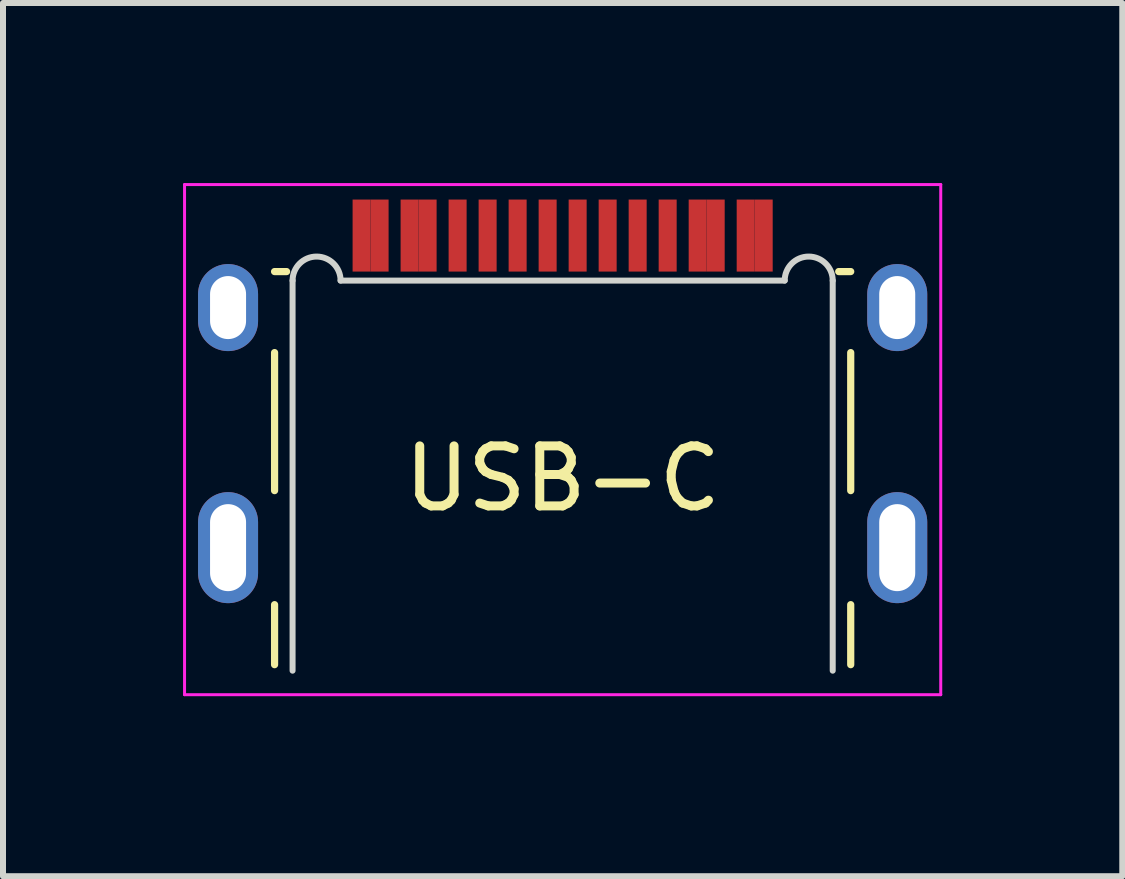
<source format=kicad_pcb>
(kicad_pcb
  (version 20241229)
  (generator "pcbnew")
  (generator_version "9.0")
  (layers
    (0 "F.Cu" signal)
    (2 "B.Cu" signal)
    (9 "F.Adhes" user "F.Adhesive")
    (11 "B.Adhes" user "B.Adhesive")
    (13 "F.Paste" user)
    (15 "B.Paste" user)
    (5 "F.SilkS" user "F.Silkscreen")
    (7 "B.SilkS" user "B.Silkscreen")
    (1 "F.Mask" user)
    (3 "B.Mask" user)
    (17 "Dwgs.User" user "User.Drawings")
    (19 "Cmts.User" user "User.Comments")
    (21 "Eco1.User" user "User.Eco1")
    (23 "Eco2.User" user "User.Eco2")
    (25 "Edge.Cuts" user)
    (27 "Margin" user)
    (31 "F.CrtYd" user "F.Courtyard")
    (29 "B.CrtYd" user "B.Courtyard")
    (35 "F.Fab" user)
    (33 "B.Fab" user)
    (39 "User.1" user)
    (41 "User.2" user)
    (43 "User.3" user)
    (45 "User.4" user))
  (footprint "USB-C"
    (layer "F.Cu")
    (at 6.325 4.925)
    (property "Reference" "USB-C" (at 0 0 0) (unlocked yes) (layer "F.SilkS") (effects (font (size 1 1) (thickness 0.15))))
    (attr through_hole)
    (fp_line (start -4.8 -3.45) (end -4.6 -3.45) (stroke (width 0.12) (type solid)) (layer "F.SilkS"))
    (fp_line (start -4.8 0.2) (end -4.8 -2.1) (stroke (width 0.12) (type solid)) (layer "F.SilkS"))
    (fp_line (start -4.8 3.1) (end -4.8 2.1) (stroke (width 0.12) (type solid)) (layer "F.SilkS"))
    (fp_line (start 4.6 -3.45) (end 4.8 -3.45) (stroke (width 0.12) (type solid)) (layer "F.SilkS"))
    (fp_line (start 4.8 0.2) (end 4.8 -2.1) (stroke (width 0.12) (type solid)) (layer "F.SilkS"))
    (fp_line (start 4.8 3.1) (end 4.8 2.1) (stroke (width 0.12) (type solid)) (layer "F.SilkS"))
    (fp_line (start -4.5 3.2) (end -4.5 -3.3) (stroke (width 0.1) (type default)) (layer "Edge.Cuts"))
    (fp_line (start -3.7 -3.3) (end 3.7 -3.3) (stroke (width 0.1) (type default)) (layer "Edge.Cuts"))
    (fp_line (start 4.5 -3.3) (end 4.5 3.2) (stroke (width 0.1) (type default)) (layer "Edge.Cuts"))
    (fp_arc (start -4.5 -3.3) (mid -4.1 -3.7) (end -3.7 -3.3) (stroke (width 0.1) (type default)) (layer "Edge.Cuts"))
    (fp_arc (start 3.7 -3.3) (mid 4.1 -3.7) (end 4.5 -3.3) (stroke (width 0.1) (type default)) (layer "Edge.Cuts"))
    (fp_line (start -6.3 -4.9) (end 6.3 -4.9) (stroke (width 0.05) (type solid)) (layer "F.CrtYd"))
    (fp_line (start -6.3 3.6) (end -6.3 -4.9) (stroke (width 0.05) (type solid)) (layer "F.CrtYd"))
    (fp_line (start 6.3 -4.9) (end 6.3 3.6) (stroke (width 0.05) (type solid)) (layer "F.CrtYd"))
    (fp_line (start 6.3 3.6) (end -6.3 3.6) (stroke (width 0.05) (type solid)) (layer "F.CrtYd"))
    (pad "A1" smd rect (at -3.35 -4.05) (size 0.3 1.2) (layers "F.Cu" "F.Mask" "F.Paste"))
    (pad "A4" smd rect (at -2.55 -4.05) (size 0.3 1.2) (layers "F.Cu" "F.Mask" "F.Paste"))
    (pad "A5" smd rect (at -1.25 -4.05) (size 0.3 1.2) (layers "F.Cu" "F.Mask" "F.Paste"))
    (pad "A6" smd rect (at -0.25 -4.05) (size 0.3 1.2) (layers "F.Cu" "F.Mask" "F.Paste"))
    (pad "A7" smd rect (at 0.25 -4.05) (size 0.3 1.2) (layers "F.Cu" "F.Mask" "F.Paste"))
    (pad "A8" smd rect (at 1.25 -4.05) (size 0.3 1.2) (layers "F.Cu" "F.Mask" "F.Paste"))
    (pad "A9" smd rect (at 2.55 -4.05) (size 0.3 1.2) (layers "F.Cu" "F.Mask" "F.Paste"))
    (pad "A12" smd rect (at 3.35 -4.05) (size 0.3 1.2) (layers "F.Cu" "F.Mask" "F.Paste"))
    (pad "B1" smd rect (at 3.05 -4.05) (size 0.3 1.2) (layers "F.Cu" "F.Mask" "F.Paste"))
    (pad "B4" smd rect (at 2.25 -4.05) (size 0.3 1.2) (layers "F.Cu" "F.Mask" "F.Paste"))
    (pad "B5" smd rect (at 1.75 -4.05) (size 0.3 1.2) (layers "F.Cu" "F.Mask" "F.Paste"))
    (pad "B6" smd rect (at 0.75 -4.05) (size 0.3 1.2) (layers "F.Cu" "F.Mask" "F.Paste"))
    (pad "B7" smd rect (at -0.75 -4.05) (size 0.3 1.2) (layers "F.Cu" "F.Mask" "F.Paste"))
    (pad "B8" smd rect (at -1.75 -4.05) (size 0.3 1.2) (layers "F.Cu" "F.Mask" "F.Paste"))
    (pad "B9" smd rect (at -2.25 -4.05) (size 0.3 1.2) (layers "F.Cu" "F.Mask" "F.Paste"))
    (pad "B12" smd rect (at -3.05 -4.05) (size 0.3 1.2) (layers "F.Cu" "F.Mask" "F.Paste"))
    (pad "S1" thru_hole oval (at -5.575 -2.85) (size 1 1.45) (drill oval 0.6 1.05) (layers "*.Cu" "*.Mask"))
    (pad "S1" thru_hole oval (at -5.575 1.15) (size 1 1.85) (drill oval 0.6 1.45) (layers "*.Cu" "*.Mask"))
    (pad "S1" thru_hole oval (at 5.575 -2.85) (size 1 1.45) (drill oval 0.6 1.05) (layers "*.Cu" "*.Mask"))
    (pad "S1" thru_hole oval (at 5.575 1.15) (size 1 1.85) (drill oval 0.6 1.45) (layers "*.Cu" "*.Mask")))
  (gr_rect
    (start -3 -3)
    (end 15.65 11.55)
    (stroke (width 0.1) (type default))
    (fill no)
    (layer "Edge.Cuts")))
</source>
